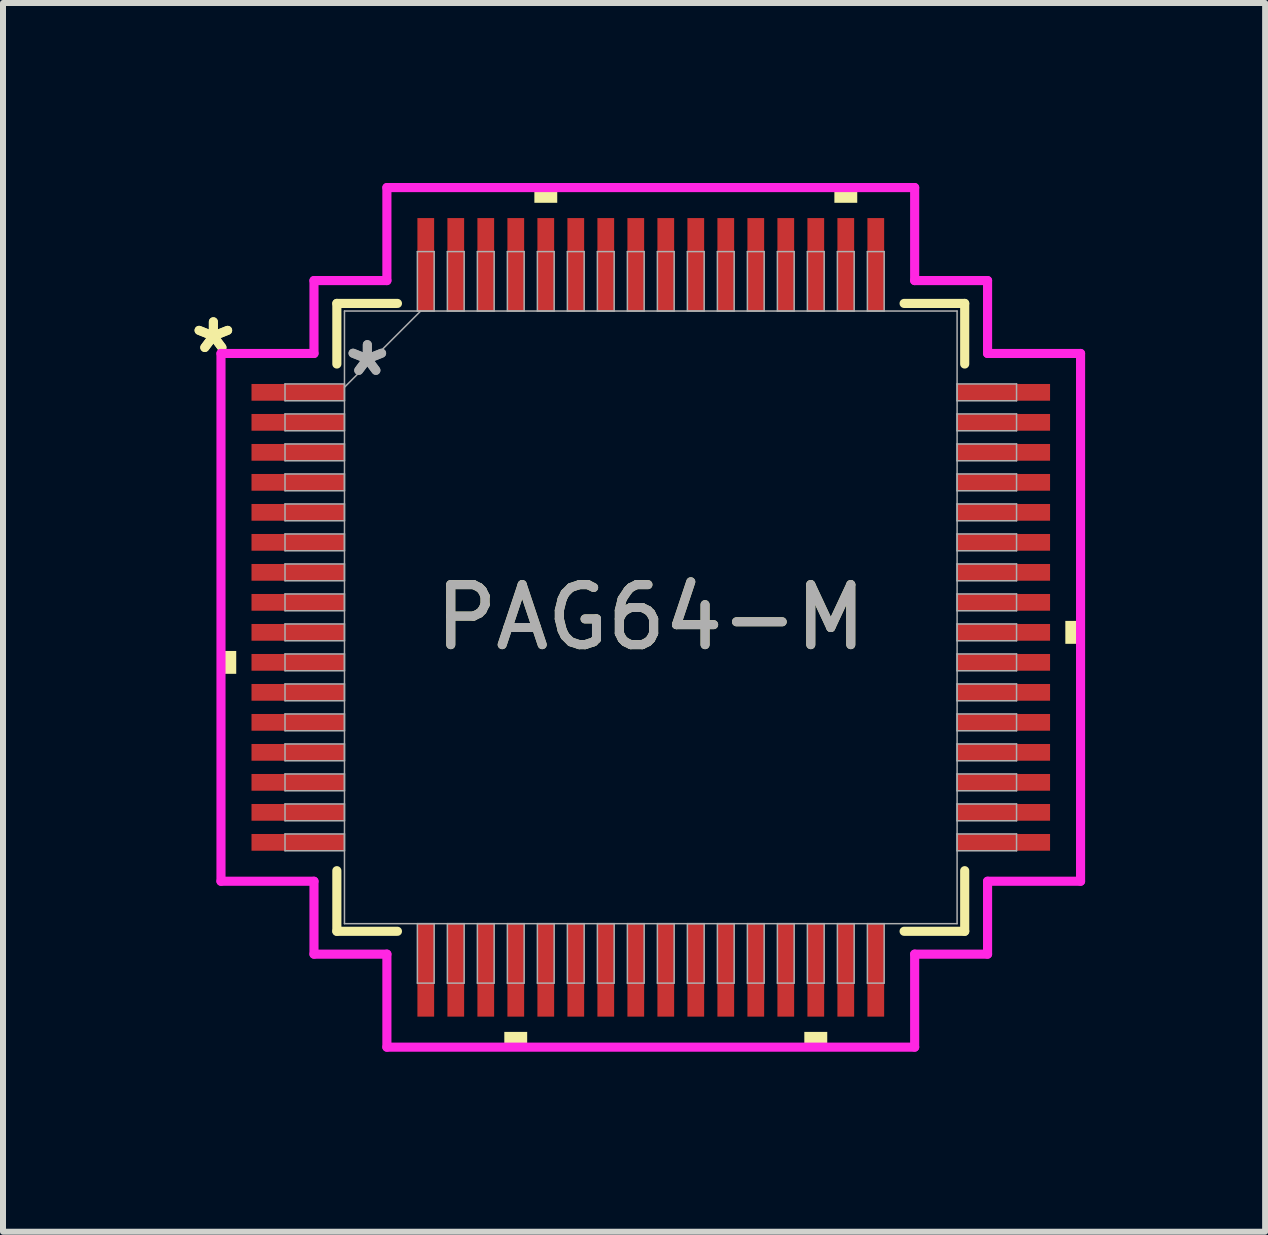
<source format=kicad_pcb>
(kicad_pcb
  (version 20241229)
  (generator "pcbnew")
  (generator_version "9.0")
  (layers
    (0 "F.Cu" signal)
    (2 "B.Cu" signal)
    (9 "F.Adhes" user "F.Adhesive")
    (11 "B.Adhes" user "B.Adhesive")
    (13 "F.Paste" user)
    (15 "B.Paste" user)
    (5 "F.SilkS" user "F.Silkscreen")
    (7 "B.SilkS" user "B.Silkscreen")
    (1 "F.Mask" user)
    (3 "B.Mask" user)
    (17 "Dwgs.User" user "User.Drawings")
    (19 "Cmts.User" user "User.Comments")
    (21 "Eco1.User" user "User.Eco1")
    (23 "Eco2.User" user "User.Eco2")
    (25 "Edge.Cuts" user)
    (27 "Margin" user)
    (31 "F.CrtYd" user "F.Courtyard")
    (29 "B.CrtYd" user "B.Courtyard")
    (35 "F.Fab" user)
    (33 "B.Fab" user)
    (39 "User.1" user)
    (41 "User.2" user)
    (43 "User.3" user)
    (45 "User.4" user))
  (footprint "PAG64-M"
    (layer "F.Cu")
    (at 7.796 7.239)
    (property "Reference" "PAG64-M" (at 0 0 0) (unlocked yes) (layer "F.SilkS") (effects (font (size 1 1) (thickness 0.15))))
    (attr smd)
    (fp_line (start -5.232 -5.232) (end -5.232 -4.222) (stroke (width 0.152) (type solid)) (layer "F.SilkS"))
    (fp_line (start -5.232 4.222) (end -5.232 5.232) (stroke (width 0.152) (type solid)) (layer "F.SilkS"))
    (fp_line (start -5.232 5.232) (end -4.222 5.232) (stroke (width 0.152) (type solid)) (layer "F.SilkS"))
    (fp_line (start -4.222 -5.232) (end -5.232 -5.232) (stroke (width 0.152) (type solid)) (layer "F.SilkS"))
    (fp_line (start 4.222 5.232) (end 5.232 5.232) (stroke (width 0.152) (type solid)) (layer "F.SilkS"))
    (fp_line (start 5.232 -5.232) (end 4.222 -5.232) (stroke (width 0.152) (type solid)) (layer "F.SilkS"))
    (fp_line (start 5.232 -4.222) (end 5.232 -5.232) (stroke (width 0.152) (type solid)) (layer "F.SilkS"))
    (fp_line (start 5.232 5.232) (end 5.232 4.222) (stroke (width 0.152) (type solid)) (layer "F.SilkS"))
    (fp_poly (pts (xy -7.163 0.56) (xy -7.163 0.941) (xy -6.909 0.941) (xy -6.909 0.56)) (stroke (width 0) (type solid)) (fill yes) (layer "F.SilkS"))
    (fp_poly (pts (xy -2.441 6.909) (xy -2.441 7.163) (xy -2.06 7.163) (xy -2.06 6.909)) (stroke (width 0) (type solid)) (fill yes) (layer "F.SilkS"))
    (fp_poly (pts (xy -1.94 -6.909) (xy -1.94 -7.163) (xy -1.559 -7.163) (xy -1.559 -6.909)) (stroke (width 0) (type solid)) (fill yes) (layer "F.SilkS"))
    (fp_poly (pts (xy 2.559 6.909) (xy 2.559 7.163) (xy 2.941 7.163) (xy 2.941 6.909)) (stroke (width 0) (type solid)) (fill yes) (layer "F.SilkS"))
    (fp_poly (pts (xy 3.06 -6.909) (xy 3.06 -7.163) (xy 3.441 -7.163) (xy 3.441 -6.909)) (stroke (width 0) (type solid)) (fill yes) (layer "F.SilkS"))
    (fp_poly (pts (xy 7.163 0.059) (xy 7.163 0.441) (xy 6.909 0.441) (xy 6.909 0.059)) (stroke (width 0) (type solid)) (fill yes) (layer "F.SilkS"))
    (fp_line (start -7.163 -4.398) (end -5.613 -4.398) (stroke (width 0.152) (type solid)) (layer "F.CrtYd"))
    (fp_line (start -7.163 4.398) (end -7.163 -4.398) (stroke (width 0.152) (type solid)) (layer "F.CrtYd"))
    (fp_line (start -5.613 -5.613) (end -4.398 -5.613) (stroke (width 0.152) (type solid)) (layer "F.CrtYd"))
    (fp_line (start -5.613 -4.398) (end -5.613 -5.613) (stroke (width 0.152) (type solid)) (layer "F.CrtYd"))
    (fp_line (start -5.613 4.398) (end -7.163 4.398) (stroke (width 0.152) (type solid)) (layer "F.CrtYd"))
    (fp_line (start -5.613 5.613) (end -5.613 4.398) (stroke (width 0.152) (type solid)) (layer "F.CrtYd"))
    (fp_line (start -5.613 5.613) (end -4.398 5.613) (stroke (width 0.152) (type solid)) (layer "F.CrtYd"))
    (fp_line (start -4.398 -7.163) (end 4.398 -7.163) (stroke (width 0.152) (type solid)) (layer "F.CrtYd"))
    (fp_line (start -4.398 -5.613) (end -4.398 -7.163) (stroke (width 0.152) (type solid)) (layer "F.CrtYd"))
    (fp_line (start -4.398 5.613) (end -4.398 7.163) (stroke (width 0.152) (type solid)) (layer "F.CrtYd"))
    (fp_line (start -4.398 7.163) (end 4.398 7.163) (stroke (width 0.152) (type solid)) (layer "F.CrtYd"))
    (fp_line (start 4.398 -7.163) (end 4.398 -5.613) (stroke (width 0.152) (type solid)) (layer "F.CrtYd"))
    (fp_line (start 4.398 -5.613) (end 5.613 -5.613) (stroke (width 0.152) (type solid)) (layer "F.CrtYd"))
    (fp_line (start 4.398 5.613) (end 5.613 5.613) (stroke (width 0.152) (type solid)) (layer "F.CrtYd"))
    (fp_line (start 4.398 7.163) (end 4.398 5.613) (stroke (width 0.152) (type solid)) (layer "F.CrtYd"))
    (fp_line (start 5.613 -4.398) (end 5.613 -5.613) (stroke (width 0.152) (type solid)) (layer "F.CrtYd"))
    (fp_line (start 5.613 4.398) (end 7.163 4.398) (stroke (width 0.152) (type solid)) (layer "F.CrtYd"))
    (fp_line (start 5.613 5.613) (end 5.613 4.398) (stroke (width 0.152) (type solid)) (layer "F.CrtYd"))
    (fp_line (start 7.163 -4.398) (end 5.613 -4.398) (stroke (width 0.152) (type solid)) (layer "F.CrtYd"))
    (fp_line (start 7.163 4.398) (end 7.163 -4.398) (stroke (width 0.152) (type solid)) (layer "F.CrtYd"))
    (fp_line (start -6.096 -3.89) (end -6.096 -3.61) (stroke (width 0.025) (type solid)) (layer "F.Fab"))
    (fp_line (start -6.096 -3.61) (end -5.105 -3.61) (stroke (width 0.025) (type solid)) (layer "F.Fab"))
    (fp_line (start -6.096 -3.39) (end -6.096 -3.11) (stroke (width 0.025) (type solid)) (layer "F.Fab"))
    (fp_line (start -6.096 -3.11) (end -5.105 -3.11) (stroke (width 0.025) (type solid)) (layer "F.Fab"))
    (fp_line (start -6.096 -2.89) (end -6.096 -2.61) (stroke (width 0.025) (type solid)) (layer "F.Fab"))
    (fp_line (start -6.096 -2.61) (end -5.105 -2.61) (stroke (width 0.025) (type solid)) (layer "F.Fab"))
    (fp_line (start -6.096 -2.39) (end -6.096 -2.11) (stroke (width 0.025) (type solid)) (layer "F.Fab"))
    (fp_line (start -6.096 -2.11) (end -5.105 -2.11) (stroke (width 0.025) (type solid)) (layer "F.Fab"))
    (fp_line (start -6.096 -1.89) (end -6.096 -1.61) (stroke (width 0.025) (type solid)) (layer "F.Fab"))
    (fp_line (start -6.096 -1.61) (end -5.105 -1.61) (stroke (width 0.025) (type solid)) (layer "F.Fab"))
    (fp_line (start -6.096 -1.39) (end -6.096 -1.11) (stroke (width 0.025) (type solid)) (layer "F.Fab"))
    (fp_line (start -6.096 -1.11) (end -5.105 -1.11) (stroke (width 0.025) (type solid)) (layer "F.Fab"))
    (fp_line (start -6.096 -0.89) (end -6.096 -0.61) (stroke (width 0.025) (type solid)) (layer "F.Fab"))
    (fp_line (start -6.096 -0.61) (end -5.105 -0.61) (stroke (width 0.025) (type solid)) (layer "F.Fab"))
    (fp_line (start -6.096 -0.39) (end -6.096 -0.11) (stroke (width 0.025) (type solid)) (layer "F.Fab"))
    (fp_line (start -6.096 -0.11) (end -5.105 -0.11) (stroke (width 0.025) (type solid)) (layer "F.Fab"))
    (fp_line (start -6.096 0.11) (end -6.096 0.39) (stroke (width 0.025) (type solid)) (layer "F.Fab"))
    (fp_line (start -6.096 0.39) (end -5.105 0.39) (stroke (width 0.025) (type solid)) (layer "F.Fab"))
    (fp_line (start -6.096 0.61) (end -6.096 0.89) (stroke (width 0.025) (type solid)) (layer "F.Fab"))
    (fp_line (start -6.096 0.89) (end -5.105 0.89) (stroke (width 0.025) (type solid)) (layer "F.Fab"))
    (fp_line (start -6.096 1.11) (end -6.096 1.39) (stroke (width 0.025) (type solid)) (layer "F.Fab"))
    (fp_line (start -6.096 1.39) (end -5.105 1.39) (stroke (width 0.025) (type solid)) (layer "F.Fab"))
    (fp_line (start -6.096 1.61) (end -6.096 1.89) (stroke (width 0.025) (type solid)) (layer "F.Fab"))
    (fp_line (start -6.096 1.89) (end -5.105 1.89) (stroke (width 0.025) (type solid)) (layer "F.Fab"))
    (fp_line (start -6.096 2.11) (end -6.096 2.39) (stroke (width 0.025) (type solid)) (layer "F.Fab"))
    (fp_line (start -6.096 2.39) (end -5.105 2.39) (stroke (width 0.025) (type solid)) (layer "F.Fab"))
    (fp_line (start -6.096 2.61) (end -6.096 2.89) (stroke (width 0.025) (type solid)) (layer "F.Fab"))
    (fp_line (start -6.096 2.89) (end -5.105 2.89) (stroke (width 0.025) (type solid)) (layer "F.Fab"))
    (fp_line (start -6.096 3.11) (end -6.096 3.39) (stroke (width 0.025) (type solid)) (layer "F.Fab"))
    (fp_line (start -6.096 3.39) (end -5.105 3.39) (stroke (width 0.025) (type solid)) (layer "F.Fab"))
    (fp_line (start -6.096 3.61) (end -6.096 3.89) (stroke (width 0.025) (type solid)) (layer "F.Fab"))
    (fp_line (start -6.096 3.89) (end -5.105 3.89) (stroke (width 0.025) (type solid)) (layer "F.Fab"))
    (fp_line (start -5.105 -5.105) (end -5.105 5.105) (stroke (width 0.025) (type solid)) (layer "F.Fab"))
    (fp_line (start -5.105 -3.89) (end -6.096 -3.89) (stroke (width 0.025) (type solid)) (layer "F.Fab"))
    (fp_line (start -5.105 -3.835) (end -3.835 -5.105) (stroke (width 0.025) (type solid)) (layer "F.Fab"))
    (fp_line (start -5.105 -3.61) (end -5.105 -3.89) (stroke (width 0.025) (type solid)) (layer "F.Fab"))
    (fp_line (start -5.105 -3.39) (end -6.096 -3.39) (stroke (width 0.025) (type solid)) (layer "F.Fab"))
    (fp_line (start -5.105 -3.11) (end -5.105 -3.39) (stroke (width 0.025) (type solid)) (layer "F.Fab"))
    (fp_line (start -5.105 -2.89) (end -6.096 -2.89) (stroke (width 0.025) (type solid)) (layer "F.Fab"))
    (fp_line (start -5.105 -2.61) (end -5.105 -2.89) (stroke (width 0.025) (type solid)) (layer "F.Fab"))
    (fp_line (start -5.105 -2.39) (end -6.096 -2.39) (stroke (width 0.025) (type solid)) (layer "F.Fab"))
    (fp_line (start -5.105 -2.11) (end -5.105 -2.39) (stroke (width 0.025) (type solid)) (layer "F.Fab"))
    (fp_line (start -5.105 -1.89) (end -6.096 -1.89) (stroke (width 0.025) (type solid)) (layer "F.Fab"))
    (fp_line (start -5.105 -1.61) (end -5.105 -1.89) (stroke (width 0.025) (type solid)) (layer "F.Fab"))
    (fp_line (start -5.105 -1.39) (end -6.096 -1.39) (stroke (width 0.025) (type solid)) (layer "F.Fab"))
    (fp_line (start -5.105 -1.11) (end -5.105 -1.39) (stroke (width 0.025) (type solid)) (layer "F.Fab"))
    (fp_line (start -5.105 -0.89) (end -6.096 -0.89) (stroke (width 0.025) (type solid)) (layer "F.Fab"))
    (fp_line (start -5.105 -0.61) (end -5.105 -0.89) (stroke (width 0.025) (type solid)) (layer "F.Fab"))
    (fp_line (start -5.105 -0.39) (end -6.096 -0.39) (stroke (width 0.025) (type solid)) (layer "F.Fab"))
    (fp_line (start -5.105 -0.11) (end -5.105 -0.39) (stroke (width 0.025) (type solid)) (layer "F.Fab"))
    (fp_line (start -5.105 0.11) (end -6.096 0.11) (stroke (width 0.025) (type solid)) (layer "F.Fab"))
    (fp_line (start -5.105 0.39) (end -5.105 0.11) (stroke (width 0.025) (type solid)) (layer "F.Fab"))
    (fp_line (start -5.105 0.61) (end -6.096 0.61) (stroke (width 0.025) (type solid)) (layer "F.Fab"))
    (fp_line (start -5.105 0.89) (end -5.105 0.61) (stroke (width 0.025) (type solid)) (layer "F.Fab"))
    (fp_line (start -5.105 1.11) (end -6.096 1.11) (stroke (width 0.025) (type solid)) (layer "F.Fab"))
    (fp_line (start -5.105 1.39) (end -5.105 1.11) (stroke (width 0.025) (type solid)) (layer "F.Fab"))
    (fp_line (start -5.105 1.61) (end -6.096 1.61) (stroke (width 0.025) (type solid)) (layer "F.Fab"))
    (fp_line (start -5.105 1.89) (end -5.105 1.61) (stroke (width 0.025) (type solid)) (layer "F.Fab"))
    (fp_line (start -5.105 2.11) (end -6.096 2.11) (stroke (width 0.025) (type solid)) (layer "F.Fab"))
    (fp_line (start -5.105 2.39) (end -5.105 2.11) (stroke (width 0.025) (type solid)) (layer "F.Fab"))
    (fp_line (start -5.105 2.61) (end -6.096 2.61) (stroke (width 0.025) (type solid)) (layer "F.Fab"))
    (fp_line (start -5.105 2.89) (end -5.105 2.61) (stroke (width 0.025) (type solid)) (layer "F.Fab"))
    (fp_line (start -5.105 3.11) (end -6.096 3.11) (stroke (width 0.025) (type solid)) (layer "F.Fab"))
    (fp_line (start -5.105 3.39) (end -5.105 3.11) (stroke (width 0.025) (type solid)) (layer "F.Fab"))
    (fp_line (start -5.105 3.61) (end -6.096 3.61) (stroke (width 0.025) (type solid)) (layer "F.Fab"))
    (fp_line (start -5.105 3.89) (end -5.105 3.61) (stroke (width 0.025) (type solid)) (layer "F.Fab"))
    (fp_line (start -5.105 5.105) (end 5.105 5.105) (stroke (width 0.025) (type solid)) (layer "F.Fab"))
    (fp_line (start -3.89 -6.096) (end -3.89 -5.105) (stroke (width 0.025) (type solid)) (layer "F.Fab"))
    (fp_line (start -3.89 -5.105) (end -3.61 -5.105) (stroke (width 0.025) (type solid)) (layer "F.Fab"))
    (fp_line (start -3.89 5.105) (end -3.89 6.096) (stroke (width 0.025) (type solid)) (layer "F.Fab"))
    (fp_line (start -3.89 6.096) (end -3.61 6.096) (stroke (width 0.025) (type solid)) (layer "F.Fab"))
    (fp_line (start -3.61 -6.096) (end -3.89 -6.096) (stroke (width 0.025) (type solid)) (layer "F.Fab"))
    (fp_line (start -3.61 -5.105) (end -3.61 -6.096) (stroke (width 0.025) (type solid)) (layer "F.Fab"))
    (fp_line (start -3.61 5.105) (end -3.89 5.105) (stroke (width 0.025) (type solid)) (layer "F.Fab"))
    (fp_line (start -3.61 6.096) (end -3.61 5.105) (stroke (width 0.025) (type solid)) (layer "F.Fab"))
    (fp_line (start -3.39 -6.096) (end -3.39 -5.105) (stroke (width 0.025) (type solid)) (layer "F.Fab"))
    (fp_line (start -3.39 -5.105) (end -3.11 -5.105) (stroke (width 0.025) (type solid)) (layer "F.Fab"))
    (fp_line (start -3.39 5.105) (end -3.39 6.096) (stroke (width 0.025) (type solid)) (layer "F.Fab"))
    (fp_line (start -3.39 6.096) (end -3.11 6.096) (stroke (width 0.025) (type solid)) (layer "F.Fab"))
    (fp_line (start -3.11 -6.096) (end -3.39 -6.096) (stroke (width 0.025) (type solid)) (layer "F.Fab"))
    (fp_line (start -3.11 -5.105) (end -3.11 -6.096) (stroke (width 0.025) (type solid)) (layer "F.Fab"))
    (fp_line (start -3.11 5.105) (end -3.39 5.105) (stroke (width 0.025) (type solid)) (layer "F.Fab"))
    (fp_line (start -3.11 6.096) (end -3.11 5.105) (stroke (width 0.025) (type solid)) (layer "F.Fab"))
    (fp_line (start -2.89 -6.096) (end -2.89 -5.105) (stroke (width 0.025) (type solid)) (layer "F.Fab"))
    (fp_line (start -2.89 -5.105) (end -2.61 -5.105) (stroke (width 0.025) (type solid)) (layer "F.Fab"))
    (fp_line (start -2.89 5.105) (end -2.89 6.096) (stroke (width 0.025) (type solid)) (layer "F.Fab"))
    (fp_line (start -2.89 6.096) (end -2.61 6.096) (stroke (width 0.025) (type solid)) (layer "F.Fab"))
    (fp_line (start -2.61 -6.096) (end -2.89 -6.096) (stroke (width 0.025) (type solid)) (layer "F.Fab"))
    (fp_line (start -2.61 -5.105) (end -2.61 -6.096) (stroke (width 0.025) (type solid)) (layer "F.Fab"))
    (fp_line (start -2.61 5.105) (end -2.89 5.105) (stroke (width 0.025) (type solid)) (layer "F.Fab"))
    (fp_line (start -2.61 6.096) (end -2.61 5.105) (stroke (width 0.025) (type solid)) (layer "F.Fab"))
    (fp_line (start -2.39 -6.096) (end -2.39 -5.105) (stroke (width 0.025) (type solid)) (layer "F.Fab"))
    (fp_line (start -2.39 -5.105) (end -2.11 -5.105) (stroke (width 0.025) (type solid)) (layer "F.Fab"))
    (fp_line (start -2.39 5.105) (end -2.39 6.096) (stroke (width 0.025) (type solid)) (layer "F.Fab"))
    (fp_line (start -2.39 6.096) (end -2.11 6.096) (stroke (width 0.025) (type solid)) (layer "F.Fab"))
    (fp_line (start -2.11 -6.096) (end -2.39 -6.096) (stroke (width 0.025) (type solid)) (layer "F.Fab"))
    (fp_line (start -2.11 -5.105) (end -2.11 -6.096) (stroke (width 0.025) (type solid)) (layer "F.Fab"))
    (fp_line (start -2.11 5.105) (end -2.39 5.105) (stroke (width 0.025) (type solid)) (layer "F.Fab"))
    (fp_line (start -2.11 6.096) (end -2.11 5.105) (stroke (width 0.025) (type solid)) (layer "F.Fab"))
    (fp_line (start -1.89 -6.096) (end -1.89 -5.105) (stroke (width 0.025) (type solid)) (layer "F.Fab"))
    (fp_line (start -1.89 -5.105) (end -1.61 -5.105) (stroke (width 0.025) (type solid)) (layer "F.Fab"))
    (fp_line (start -1.89 5.105) (end -1.89 6.096) (stroke (width 0.025) (type solid)) (layer "F.Fab"))
    (fp_line (start -1.89 6.096) (end -1.61 6.096) (stroke (width 0.025) (type solid)) (layer "F.Fab"))
    (fp_line (start -1.61 -6.096) (end -1.89 -6.096) (stroke (width 0.025) (type solid)) (layer "F.Fab"))
    (fp_line (start -1.61 -5.105) (end -1.61 -6.096) (stroke (width 0.025) (type solid)) (layer "F.Fab"))
    (fp_line (start -1.61 5.105) (end -1.89 5.105) (stroke (width 0.025) (type solid)) (layer "F.Fab"))
    (fp_line (start -1.61 6.096) (end -1.61 5.105) (stroke (width 0.025) (type solid)) (layer "F.Fab"))
    (fp_line (start -1.39 -6.096) (end -1.39 -5.105) (stroke (width 0.025) (type solid)) (layer "F.Fab"))
    (fp_line (start -1.39 -5.105) (end -1.11 -5.105) (stroke (width 0.025) (type solid)) (layer "F.Fab"))
    (fp_line (start -1.39 5.105) (end -1.39 6.096) (stroke (width 0.025) (type solid)) (layer "F.Fab"))
    (fp_line (start -1.39 6.096) (end -1.11 6.096) (stroke (width 0.025) (type solid)) (layer "F.Fab"))
    (fp_line (start -1.11 -6.096) (end -1.39 -6.096) (stroke (width 0.025) (type solid)) (layer "F.Fab"))
    (fp_line (start -1.11 -5.105) (end -1.11 -6.096) (stroke (width 0.025) (type solid)) (layer "F.Fab"))
    (fp_line (start -1.11 5.105) (end -1.39 5.105) (stroke (width 0.025) (type solid)) (layer "F.Fab"))
    (fp_line (start -1.11 6.096) (end -1.11 5.105) (stroke (width 0.025) (type solid)) (layer "F.Fab"))
    (fp_line (start -0.89 -6.096) (end -0.89 -5.105) (stroke (width 0.025) (type solid)) (layer "F.Fab"))
    (fp_line (start -0.89 -5.105) (end -0.61 -5.105) (stroke (width 0.025) (type solid)) (layer "F.Fab"))
    (fp_line (start -0.89 5.105) (end -0.89 6.096) (stroke (width 0.025) (type solid)) (layer "F.Fab"))
    (fp_line (start -0.89 6.096) (end -0.61 6.096) (stroke (width 0.025) (type solid)) (layer "F.Fab"))
    (fp_line (start -0.61 -6.096) (end -0.89 -6.096) (stroke (width 0.025) (type solid)) (layer "F.Fab"))
    (fp_line (start -0.61 -5.105) (end -0.61 -6.096) (stroke (width 0.025) (type solid)) (layer "F.Fab"))
    (fp_line (start -0.61 5.105) (end -0.89 5.105) (stroke (width 0.025) (type solid)) (layer "F.Fab"))
    (fp_line (start -0.61 6.096) (end -0.61 5.105) (stroke (width 0.025) (type solid)) (layer "F.Fab"))
    (fp_line (start -0.39 -6.096) (end -0.39 -5.105) (stroke (width 0.025) (type solid)) (layer "F.Fab"))
    (fp_line (start -0.39 -5.105) (end -0.11 -5.105) (stroke (width 0.025) (type solid)) (layer "F.Fab"))
    (fp_line (start -0.39 5.105) (end -0.39 6.096) (stroke (width 0.025) (type solid)) (layer "F.Fab"))
    (fp_line (start -0.39 6.096) (end -0.11 6.096) (stroke (width 0.025) (type solid)) (layer "F.Fab"))
    (fp_line (start -0.11 -6.096) (end -0.39 -6.096) (stroke (width 0.025) (type solid)) (layer "F.Fab"))
    (fp_line (start -0.11 -5.105) (end -0.11 -6.096) (stroke (width 0.025) (type solid)) (layer "F.Fab"))
    (fp_line (start -0.11 5.105) (end -0.39 5.105) (stroke (width 0.025) (type solid)) (layer "F.Fab"))
    (fp_line (start -0.11 6.096) (end -0.11 5.105) (stroke (width 0.025) (type solid)) (layer "F.Fab"))
    (fp_line (start 0.11 -6.096) (end 0.11 -5.105) (stroke (width 0.025) (type solid)) (layer "F.Fab"))
    (fp_line (start 0.11 -5.105) (end 0.39 -5.105) (stroke (width 0.025) (type solid)) (layer "F.Fab"))
    (fp_line (start 0.11 5.105) (end 0.11 6.096) (stroke (width 0.025) (type solid)) (layer "F.Fab"))
    (fp_line (start 0.11 6.096) (end 0.39 6.096) (stroke (width 0.025) (type solid)) (layer "F.Fab"))
    (fp_line (start 0.39 -6.096) (end 0.11 -6.096) (stroke (width 0.025) (type solid)) (layer "F.Fab"))
    (fp_line (start 0.39 -5.105) (end 0.39 -6.096) (stroke (width 0.025) (type solid)) (layer "F.Fab"))
    (fp_line (start 0.39 5.105) (end 0.11 5.105) (stroke (width 0.025) (type solid)) (layer "F.Fab"))
    (fp_line (start 0.39 6.096) (end 0.39 5.105) (stroke (width 0.025) (type solid)) (layer "F.Fab"))
    (fp_line (start 0.61 -6.096) (end 0.61 -5.105) (stroke (width 0.025) (type solid)) (layer "F.Fab"))
    (fp_line (start 0.61 -5.105) (end 0.89 -5.105) (stroke (width 0.025) (type solid)) (layer "F.Fab"))
    (fp_line (start 0.61 5.105) (end 0.61 6.096) (stroke (width 0.025) (type solid)) (layer "F.Fab"))
    (fp_line (start 0.61 6.096) (end 0.89 6.096) (stroke (width 0.025) (type solid)) (layer "F.Fab"))
    (fp_line (start 0.89 -6.096) (end 0.61 -6.096) (stroke (width 0.025) (type solid)) (layer "F.Fab"))
    (fp_line (start 0.89 -5.105) (end 0.89 -6.096) (stroke (width 0.025) (type solid)) (layer "F.Fab"))
    (fp_line (start 0.89 5.105) (end 0.61 5.105) (stroke (width 0.025) (type solid)) (layer "F.Fab"))
    (fp_line (start 0.89 6.096) (end 0.89 5.105) (stroke (width 0.025) (type solid)) (layer "F.Fab"))
    (fp_line (start 1.11 -6.096) (end 1.11 -5.105) (stroke (width 0.025) (type solid)) (layer "F.Fab"))
    (fp_line (start 1.11 -5.105) (end 1.39 -5.105) (stroke (width 0.025) (type solid)) (layer "F.Fab"))
    (fp_line (start 1.11 5.105) (end 1.11 6.096) (stroke (width 0.025) (type solid)) (layer "F.Fab"))
    (fp_line (start 1.11 6.096) (end 1.39 6.096) (stroke (width 0.025) (type solid)) (layer "F.Fab"))
    (fp_line (start 1.39 -6.096) (end 1.11 -6.096) (stroke (width 0.025) (type solid)) (layer "F.Fab"))
    (fp_line (start 1.39 -5.105) (end 1.39 -6.096) (stroke (width 0.025) (type solid)) (layer "F.Fab"))
    (fp_line (start 1.39 5.105) (end 1.11 5.105) (stroke (width 0.025) (type solid)) (layer "F.Fab"))
    (fp_line (start 1.39 6.096) (end 1.39 5.105) (stroke (width 0.025) (type solid)) (layer "F.Fab"))
    (fp_line (start 1.61 -6.096) (end 1.61 -5.105) (stroke (width 0.025) (type solid)) (layer "F.Fab"))
    (fp_line (start 1.61 -5.105) (end 1.89 -5.105) (stroke (width 0.025) (type solid)) (layer "F.Fab"))
    (fp_line (start 1.61 5.105) (end 1.61 6.096) (stroke (width 0.025) (type solid)) (layer "F.Fab"))
    (fp_line (start 1.61 6.096) (end 1.89 6.096) (stroke (width 0.025) (type solid)) (layer "F.Fab"))
    (fp_line (start 1.89 -6.096) (end 1.61 -6.096) (stroke (width 0.025) (type solid)) (layer "F.Fab"))
    (fp_line (start 1.89 -5.105) (end 1.89 -6.096) (stroke (width 0.025) (type solid)) (layer "F.Fab"))
    (fp_line (start 1.89 5.105) (end 1.61 5.105) (stroke (width 0.025) (type solid)) (layer "F.Fab"))
    (fp_line (start 1.89 6.096) (end 1.89 5.105) (stroke (width 0.025) (type solid)) (layer "F.Fab"))
    (fp_line (start 2.11 -6.096) (end 2.11 -5.105) (stroke (width 0.025) (type solid)) (layer "F.Fab"))
    (fp_line (start 2.11 -5.105) (end 2.39 -5.105) (stroke (width 0.025) (type solid)) (layer "F.Fab"))
    (fp_line (start 2.11 5.105) (end 2.11 6.096) (stroke (width 0.025) (type solid)) (layer "F.Fab"))
    (fp_line (start 2.11 6.096) (end 2.39 6.096) (stroke (width 0.025) (type solid)) (layer "F.Fab"))
    (fp_line (start 2.39 -6.096) (end 2.11 -6.096) (stroke (width 0.025) (type solid)) (layer "F.Fab"))
    (fp_line (start 2.39 -5.105) (end 2.39 -6.096) (stroke (width 0.025) (type solid)) (layer "F.Fab"))
    (fp_line (start 2.39 5.105) (end 2.11 5.105) (stroke (width 0.025) (type solid)) (layer "F.Fab"))
    (fp_line (start 2.39 6.096) (end 2.39 5.105) (stroke (width 0.025) (type solid)) (layer "F.Fab"))
    (fp_line (start 2.61 -6.096) (end 2.61 -5.105) (stroke (width 0.025) (type solid)) (layer "F.Fab"))
    (fp_line (start 2.61 -5.105) (end 2.89 -5.105) (stroke (width 0.025) (type solid)) (layer "F.Fab"))
    (fp_line (start 2.61 5.105) (end 2.61 6.096) (stroke (width 0.025) (type solid)) (layer "F.Fab"))
    (fp_line (start 2.61 6.096) (end 2.89 6.096) (stroke (width 0.025) (type solid)) (layer "F.Fab"))
    (fp_line (start 2.89 -6.096) (end 2.61 -6.096) (stroke (width 0.025) (type solid)) (layer "F.Fab"))
    (fp_line (start 2.89 -5.105) (end 2.89 -6.096) (stroke (width 0.025) (type solid)) (layer "F.Fab"))
    (fp_line (start 2.89 5.105) (end 2.61 5.105) (stroke (width 0.025) (type solid)) (layer "F.Fab"))
    (fp_line (start 2.89 6.096) (end 2.89 5.105) (stroke (width 0.025) (type solid)) (layer "F.Fab"))
    (fp_line (start 3.11 -6.096) (end 3.11 -5.105) (stroke (width 0.025) (type solid)) (layer "F.Fab"))
    (fp_line (start 3.11 -5.105) (end 3.39 -5.105) (stroke (width 0.025) (type solid)) (layer "F.Fab"))
    (fp_line (start 3.11 5.105) (end 3.11 6.096) (stroke (width 0.025) (type solid)) (layer "F.Fab"))
    (fp_line (start 3.11 6.096) (end 3.39 6.096) (stroke (width 0.025) (type solid)) (layer "F.Fab"))
    (fp_line (start 3.39 -6.096) (end 3.11 -6.096) (stroke (width 0.025) (type solid)) (layer "F.Fab"))
    (fp_line (start 3.39 -5.105) (end 3.39 -6.096) (stroke (width 0.025) (type solid)) (layer "F.Fab"))
    (fp_line (start 3.39 5.105) (end 3.11 5.105) (stroke (width 0.025) (type solid)) (layer "F.Fab"))
    (fp_line (start 3.39 6.096) (end 3.39 5.105) (stroke (width 0.025) (type solid)) (layer "F.Fab"))
    (fp_line (start 3.61 -6.096) (end 3.61 -5.105) (stroke (width 0.025) (type solid)) (layer "F.Fab"))
    (fp_line (start 3.61 -5.105) (end 3.89 -5.105) (stroke (width 0.025) (type solid)) (layer "F.Fab"))
    (fp_line (start 3.61 5.105) (end 3.61 6.096) (stroke (width 0.025) (type solid)) (layer "F.Fab"))
    (fp_line (start 3.61 6.096) (end 3.89 6.096) (stroke (width 0.025) (type solid)) (layer "F.Fab"))
    (fp_line (start 3.89 -6.096) (end 3.61 -6.096) (stroke (width 0.025) (type solid)) (layer "F.Fab"))
    (fp_line (start 3.89 -5.105) (end 3.89 -6.096) (stroke (width 0.025) (type solid)) (layer "F.Fab"))
    (fp_line (start 3.89 5.105) (end 3.61 5.105) (stroke (width 0.025) (type solid)) (layer "F.Fab"))
    (fp_line (start 3.89 6.096) (end 3.89 5.105) (stroke (width 0.025) (type solid)) (layer "F.Fab"))
    (fp_line (start 5.105 -5.105) (end -5.105 -5.105) (stroke (width 0.025) (type solid)) (layer "F.Fab"))
    (fp_line (start 5.105 -3.89) (end 5.105 -3.61) (stroke (width 0.025) (type solid)) (layer "F.Fab"))
    (fp_line (start 5.105 -3.61) (end 6.096 -3.61) (stroke (width 0.025) (type solid)) (layer "F.Fab"))
    (fp_line (start 5.105 -3.39) (end 5.105 -3.11) (stroke (width 0.025) (type solid)) (layer "F.Fab"))
    (fp_line (start 5.105 -3.11) (end 6.096 -3.11) (stroke (width 0.025) (type solid)) (layer "F.Fab"))
    (fp_line (start 5.105 -2.89) (end 5.105 -2.61) (stroke (width 0.025) (type solid)) (layer "F.Fab"))
    (fp_line (start 5.105 -2.61) (end 6.096 -2.61) (stroke (width 0.025) (type solid)) (layer "F.Fab"))
    (fp_line (start 5.105 -2.39) (end 5.105 -2.11) (stroke (width 0.025) (type solid)) (layer "F.Fab"))
    (fp_line (start 5.105 -2.11) (end 6.096 -2.11) (stroke (width 0.025) (type solid)) (layer "F.Fab"))
    (fp_line (start 5.105 -1.89) (end 5.105 -1.61) (stroke (width 0.025) (type solid)) (layer "F.Fab"))
    (fp_line (start 5.105 -1.61) (end 6.096 -1.61) (stroke (width 0.025) (type solid)) (layer "F.Fab"))
    (fp_line (start 5.105 -1.39) (end 5.105 -1.11) (stroke (width 0.025) (type solid)) (layer "F.Fab"))
    (fp_line (start 5.105 -1.11) (end 6.096 -1.11) (stroke (width 0.025) (type solid)) (layer "F.Fab"))
    (fp_line (start 5.105 -0.89) (end 5.105 -0.61) (stroke (width 0.025) (type solid)) (layer "F.Fab"))
    (fp_line (start 5.105 -0.61) (end 6.096 -0.61) (stroke (width 0.025) (type solid)) (layer "F.Fab"))
    (fp_line (start 5.105 -0.39) (end 5.105 -0.11) (stroke (width 0.025) (type solid)) (layer "F.Fab"))
    (fp_line (start 5.105 -0.11) (end 6.096 -0.11) (stroke (width 0.025) (type solid)) (layer "F.Fab"))
    (fp_line (start 5.105 0.11) (end 5.105 0.39) (stroke (width 0.025) (type solid)) (layer "F.Fab"))
    (fp_line (start 5.105 0.39) (end 6.096 0.39) (stroke (width 0.025) (type solid)) (layer "F.Fab"))
    (fp_line (start 5.105 0.61) (end 5.105 0.89) (stroke (width 0.025) (type solid)) (layer "F.Fab"))
    (fp_line (start 5.105 0.89) (end 6.096 0.89) (stroke (width 0.025) (type solid)) (layer "F.Fab"))
    (fp_line (start 5.105 1.11) (end 5.105 1.39) (stroke (width 0.025) (type solid)) (layer "F.Fab"))
    (fp_line (start 5.105 1.39) (end 6.096 1.39) (stroke (width 0.025) (type solid)) (layer "F.Fab"))
    (fp_line (start 5.105 1.61) (end 5.105 1.89) (stroke (width 0.025) (type solid)) (layer "F.Fab"))
    (fp_line (start 5.105 1.89) (end 6.096 1.89) (stroke (width 0.025) (type solid)) (layer "F.Fab"))
    (fp_line (start 5.105 2.11) (end 5.105 2.39) (stroke (width 0.025) (type solid)) (layer "F.Fab"))
    (fp_line (start 5.105 2.39) (end 6.096 2.39) (stroke (width 0.025) (type solid)) (layer "F.Fab"))
    (fp_line (start 5.105 2.61) (end 5.105 2.89) (stroke (width 0.025) (type solid)) (layer "F.Fab"))
    (fp_line (start 5.105 2.89) (end 6.096 2.89) (stroke (width 0.025) (type solid)) (layer "F.Fab"))
    (fp_line (start 5.105 3.11) (end 5.105 3.39) (stroke (width 0.025) (type solid)) (layer "F.Fab"))
    (fp_line (start 5.105 3.39) (end 6.096 3.39) (stroke (width 0.025) (type solid)) (layer "F.Fab"))
    (fp_line (start 5.105 3.61) (end 5.105 3.89) (stroke (width 0.025) (type solid)) (layer "F.Fab"))
    (fp_line (start 5.105 3.89) (end 6.096 3.89) (stroke (width 0.025) (type solid)) (layer "F.Fab"))
    (fp_line (start 5.105 5.105) (end 5.105 -5.105) (stroke (width 0.025) (type solid)) (layer "F.Fab"))
    (fp_line (start 6.096 -3.89) (end 5.105 -3.89) (stroke (width 0.025) (type solid)) (layer "F.Fab"))
    (fp_line (start 6.096 -3.61) (end 6.096 -3.89) (stroke (width 0.025) (type solid)) (layer "F.Fab"))
    (fp_line (start 6.096 -3.39) (end 5.105 -3.39) (stroke (width 0.025) (type solid)) (layer "F.Fab"))
    (fp_line (start 6.096 -3.11) (end 6.096 -3.39) (stroke (width 0.025) (type solid)) (layer "F.Fab"))
    (fp_line (start 6.096 -2.89) (end 5.105 -2.89) (stroke (width 0.025) (type solid)) (layer "F.Fab"))
    (fp_line (start 6.096 -2.61) (end 6.096 -2.89) (stroke (width 0.025) (type solid)) (layer "F.Fab"))
    (fp_line (start 6.096 -2.39) (end 5.105 -2.39) (stroke (width 0.025) (type solid)) (layer "F.Fab"))
    (fp_line (start 6.096 -2.11) (end 6.096 -2.39) (stroke (width 0.025) (type solid)) (layer "F.Fab"))
    (fp_line (start 6.096 -1.89) (end 5.105 -1.89) (stroke (width 0.025) (type solid)) (layer "F.Fab"))
    (fp_line (start 6.096 -1.61) (end 6.096 -1.89) (stroke (width 0.025) (type solid)) (layer "F.Fab"))
    (fp_line (start 6.096 -1.39) (end 5.105 -1.39) (stroke (width 0.025) (type solid)) (layer "F.Fab"))
    (fp_line (start 6.096 -1.11) (end 6.096 -1.39) (stroke (width 0.025) (type solid)) (layer "F.Fab"))
    (fp_line (start 6.096 -0.89) (end 5.105 -0.89) (stroke (width 0.025) (type solid)) (layer "F.Fab"))
    (fp_line (start 6.096 -0.61) (end 6.096 -0.89) (stroke (width 0.025) (type solid)) (layer "F.Fab"))
    (fp_line (start 6.096 -0.39) (end 5.105 -0.39) (stroke (width 0.025) (type solid)) (layer "F.Fab"))
    (fp_line (start 6.096 -0.11) (end 6.096 -0.39) (stroke (width 0.025) (type solid)) (layer "F.Fab"))
    (fp_line (start 6.096 0.11) (end 5.105 0.11) (stroke (width 0.025) (type solid)) (layer "F.Fab"))
    (fp_line (start 6.096 0.39) (end 6.096 0.11) (stroke (width 0.025) (type solid)) (layer "F.Fab"))
    (fp_line (start 6.096 0.61) (end 5.105 0.61) (stroke (width 0.025) (type solid)) (layer "F.Fab"))
    (fp_line (start 6.096 0.89) (end 6.096 0.61) (stroke (width 0.025) (type solid)) (layer "F.Fab"))
    (fp_line (start 6.096 1.11) (end 5.105 1.11) (stroke (width 0.025) (type solid)) (layer "F.Fab"))
    (fp_line (start 6.096 1.39) (end 6.096 1.11) (stroke (width 0.025) (type solid)) (layer "F.Fab"))
    (fp_line (start 6.096 1.61) (end 5.105 1.61) (stroke (width 0.025) (type solid)) (layer "F.Fab"))
    (fp_line (start 6.096 1.89) (end 6.096 1.61) (stroke (width 0.025) (type solid)) (layer "F.Fab"))
    (fp_line (start 6.096 2.11) (end 5.105 2.11) (stroke (width 0.025) (type solid)) (layer "F.Fab"))
    (fp_line (start 6.096 2.39) (end 6.096 2.11) (stroke (width 0.025) (type solid)) (layer "F.Fab"))
    (fp_line (start 6.096 2.61) (end 5.105 2.61) (stroke (width 0.025) (type solid)) (layer "F.Fab"))
    (fp_line (start 6.096 2.89) (end 6.096 2.61) (stroke (width 0.025) (type solid)) (layer "F.Fab"))
    (fp_line (start 6.096 3.11) (end 5.105 3.11) (stroke (width 0.025) (type solid)) (layer "F.Fab"))
    (fp_line (start 6.096 3.39) (end 6.096 3.11) (stroke (width 0.025) (type solid)) (layer "F.Fab"))
    (fp_line (start 6.096 3.61) (end 5.105 3.61) (stroke (width 0.025) (type solid)) (layer "F.Fab"))
    (fp_line (start 6.096 3.89) (end 6.096 3.61) (stroke (width 0.025) (type solid)) (layer "F.Fab"))
    (fp_text user "*" (at -7.29 -4.381 0) (unlocked yes) (layer "F.SilkS") (effects (font (size 1 1) (thickness 0.15))))
    (fp_text user "*" (at -7.29 -4.381 0) (layer "F.SilkS") (effects (font (size 1 1) (thickness 0.15))))
    (fp_text user "*" (at -4.724 -4 0) (unlocked yes) (layer "F.Fab") (effects (font (size 1 1) (thickness 0.15))))
    (fp_text user "${REFERENCE}" (at 0 0 0) (unlocked yes) (layer "F.Fab") (effects (font (size 1 1) (thickness 0.15))))
    (fp_text user "*" (at -4.724 -4 0) (layer "F.Fab") (effects (font (size 1 1) (thickness 0.15))))
    (pad "1" smd rect (at -5.88 -3.75 90) (size 0.279 1.549) (layers "F.Cu" "F.Mask" "F.Paste"))
    (pad "2" smd rect (at -5.88 -3.25 90) (size 0.279 1.549) (layers "F.Cu" "F.Mask" "F.Paste"))
    (pad "3" smd rect (at -5.88 -2.75 90) (size 0.279 1.549) (layers "F.Cu" "F.Mask" "F.Paste"))
    (pad "4" smd rect (at -5.88 -2.25 90) (size 0.279 1.549) (layers "F.Cu" "F.Mask" "F.Paste"))
    (pad "5" smd rect (at -5.88 -1.75 90) (size 0.279 1.549) (layers "F.Cu" "F.Mask" "F.Paste"))
    (pad "6" smd rect (at -5.88 -1.25 90) (size 0.279 1.549) (layers "F.Cu" "F.Mask" "F.Paste"))
    (pad "7" smd rect (at -5.88 -0.75 90) (size 0.279 1.549) (layers "F.Cu" "F.Mask" "F.Paste"))
    (pad "8" smd rect (at -5.88 -0.25 90) (size 0.279 1.549) (layers "F.Cu" "F.Mask" "F.Paste"))
    (pad "9" smd rect (at -5.88 0.25 90) (size 0.279 1.549) (layers "F.Cu" "F.Mask" "F.Paste"))
    (pad "10" smd rect (at -5.88 0.75 90) (size 0.279 1.549) (layers "F.Cu" "F.Mask" "F.Paste"))
    (pad "11" smd rect (at -5.88 1.25 90) (size 0.279 1.549) (layers "F.Cu" "F.Mask" "F.Paste"))
    (pad "12" smd rect (at -5.88 1.75 90) (size 0.279 1.549) (layers "F.Cu" "F.Mask" "F.Paste"))
    (pad "13" smd rect (at -5.88 2.25 90) (size 0.279 1.549) (layers "F.Cu" "F.Mask" "F.Paste"))
    (pad "14" smd rect (at -5.88 2.75 90) (size 0.279 1.549) (layers "F.Cu" "F.Mask" "F.Paste"))
    (pad "15" smd rect (at -5.88 3.25 90) (size 0.279 1.549) (layers "F.Cu" "F.Mask" "F.Paste"))
    (pad "16" smd rect (at -5.88 3.75 90) (size 0.279 1.549) (layers "F.Cu" "F.Mask" "F.Paste"))
    (pad "17" smd rect (at -3.75 5.88) (size 0.279 1.549) (layers "F.Cu" "F.Mask" "F.Paste"))
    (pad "18" smd rect (at -3.25 5.88) (size 0.279 1.549) (layers "F.Cu" "F.Mask" "F.Paste"))
    (pad "19" smd rect (at -2.75 5.88) (size 0.279 1.549) (layers "F.Cu" "F.Mask" "F.Paste"))
    (pad "20" smd rect (at -2.25 5.88) (size 0.279 1.549) (layers "F.Cu" "F.Mask" "F.Paste"))
    (pad "21" smd rect (at -1.75 5.88) (size 0.279 1.549) (layers "F.Cu" "F.Mask" "F.Paste"))
    (pad "22" smd rect (at -1.25 5.88) (size 0.279 1.549) (layers "F.Cu" "F.Mask" "F.Paste"))
    (pad "23" smd rect (at -0.75 5.88) (size 0.279 1.549) (layers "F.Cu" "F.Mask" "F.Paste"))
    (pad "24" smd rect (at -0.25 5.88) (size 0.279 1.549) (layers "F.Cu" "F.Mask" "F.Paste"))
    (pad "25" smd rect (at 0.25 5.88) (size 0.279 1.549) (layers "F.Cu" "F.Mask" "F.Paste"))
    (pad "26" smd rect (at 0.75 5.88) (size 0.279 1.549) (layers "F.Cu" "F.Mask" "F.Paste"))
    (pad "27" smd rect (at 1.25 5.88) (size 0.279 1.549) (layers "F.Cu" "F.Mask" "F.Paste"))
    (pad "28" smd rect (at 1.75 5.88) (size 0.279 1.549) (layers "F.Cu" "F.Mask" "F.Paste"))
    (pad "29" smd rect (at 2.25 5.88) (size 0.279 1.549) (layers "F.Cu" "F.Mask" "F.Paste"))
    (pad "30" smd rect (at 2.75 5.88) (size 0.279 1.549) (layers "F.Cu" "F.Mask" "F.Paste"))
    (pad "31" smd rect (at 3.25 5.88) (size 0.279 1.549) (layers "F.Cu" "F.Mask" "F.Paste"))
    (pad "32" smd rect (at 3.75 5.88) (size 0.279 1.549) (layers "F.Cu" "F.Mask" "F.Paste"))
    (pad "33" smd rect (at 5.88 3.75 90) (size 0.279 1.549) (layers "F.Cu" "F.Mask" "F.Paste"))
    (pad "34" smd rect (at 5.88 3.25 90) (size 0.279 1.549) (layers "F.Cu" "F.Mask" "F.Paste"))
    (pad "35" smd rect (at 5.88 2.75 90) (size 0.279 1.549) (layers "F.Cu" "F.Mask" "F.Paste"))
    (pad "36" smd rect (at 5.88 2.25 90) (size 0.279 1.549) (layers "F.Cu" "F.Mask" "F.Paste"))
    (pad "37" smd rect (at 5.88 1.75 90) (size 0.279 1.549) (layers "F.Cu" "F.Mask" "F.Paste"))
    (pad "38" smd rect (at 5.88 1.25 90) (size 0.279 1.549) (layers "F.Cu" "F.Mask" "F.Paste"))
    (pad "39" smd rect (at 5.88 0.75 90) (size 0.279 1.549) (layers "F.Cu" "F.Mask" "F.Paste"))
    (pad "40" smd rect (at 5.88 0.25 90) (size 0.279 1.549) (layers "F.Cu" "F.Mask" "F.Paste"))
    (pad "41" smd rect (at 5.88 -0.25 90) (size 0.279 1.549) (layers "F.Cu" "F.Mask" "F.Paste"))
    (pad "42" smd rect (at 5.88 -0.75 90) (size 0.279 1.549) (layers "F.Cu" "F.Mask" "F.Paste"))
    (pad "43" smd rect (at 5.88 -1.25 90) (size 0.279 1.549) (layers "F.Cu" "F.Mask" "F.Paste"))
    (pad "44" smd rect (at 5.88 -1.75 90) (size 0.279 1.549) (layers "F.Cu" "F.Mask" "F.Paste"))
    (pad "45" smd rect (at 5.88 -2.25 90) (size 0.279 1.549) (layers "F.Cu" "F.Mask" "F.Paste"))
    (pad "46" smd rect (at 5.88 -2.75 90) (size 0.279 1.549) (layers "F.Cu" "F.Mask" "F.Paste"))
    (pad "47" smd rect (at 5.88 -3.25 90) (size 0.279 1.549) (layers "F.Cu" "F.Mask" "F.Paste"))
    (pad "48" smd rect (at 5.88 -3.75 90) (size 0.279 1.549) (layers "F.Cu" "F.Mask" "F.Paste"))
    (pad "49" smd rect (at 3.75 -5.88) (size 0.279 1.549) (layers "F.Cu" "F.Mask" "F.Paste"))
    (pad "50" smd rect (at 3.25 -5.88) (size 0.279 1.549) (layers "F.Cu" "F.Mask" "F.Paste"))
    (pad "51" smd rect (at 2.75 -5.88) (size 0.279 1.549) (layers "F.Cu" "F.Mask" "F.Paste"))
    (pad "52" smd rect (at 2.25 -5.88) (size 0.279 1.549) (layers "F.Cu" "F.Mask" "F.Paste"))
    (pad "53" smd rect (at 1.75 -5.88) (size 0.279 1.549) (layers "F.Cu" "F.Mask" "F.Paste"))
    (pad "54" smd rect (at 1.25 -5.88) (size 0.279 1.549) (layers "F.Cu" "F.Mask" "F.Paste"))
    (pad "55" smd rect (at 0.75 -5.88) (size 0.279 1.549) (layers "F.Cu" "F.Mask" "F.Paste"))
    (pad "56" smd rect (at 0.25 -5.88) (size 0.279 1.549) (layers "F.Cu" "F.Mask" "F.Paste"))
    (pad "57" smd rect (at -0.25 -5.88) (size 0.279 1.549) (layers "F.Cu" "F.Mask" "F.Paste"))
    (pad "58" smd rect (at -0.75 -5.88) (size 0.279 1.549) (layers "F.Cu" "F.Mask" "F.Paste"))
    (pad "59" smd rect (at -1.25 -5.88) (size 0.279 1.549) (layers "F.Cu" "F.Mask" "F.Paste"))
    (pad "60" smd rect (at -1.75 -5.88) (size 0.279 1.549) (layers "F.Cu" "F.Mask" "F.Paste"))
    (pad "61" smd rect (at -2.25 -5.88) (size 0.279 1.549) (layers "F.Cu" "F.Mask" "F.Paste"))
    (pad "62" smd rect (at -2.75 -5.88) (size 0.279 1.549) (layers "F.Cu" "F.Mask" "F.Paste"))
    (pad "63" smd rect (at -3.25 -5.88) (size 0.279 1.549) (layers "F.Cu" "F.Mask" "F.Paste"))
    (pad "64" smd rect (at -3.75 -5.88) (size 0.279 1.549) (layers "F.Cu" "F.Mask" "F.Paste")))
  (gr_rect
    (start -3 -3)
    (end 18.035 17.478)
    (stroke (width 0.1) (type default))
    (fill no)
    (layer "Edge.Cuts")))
</source>
